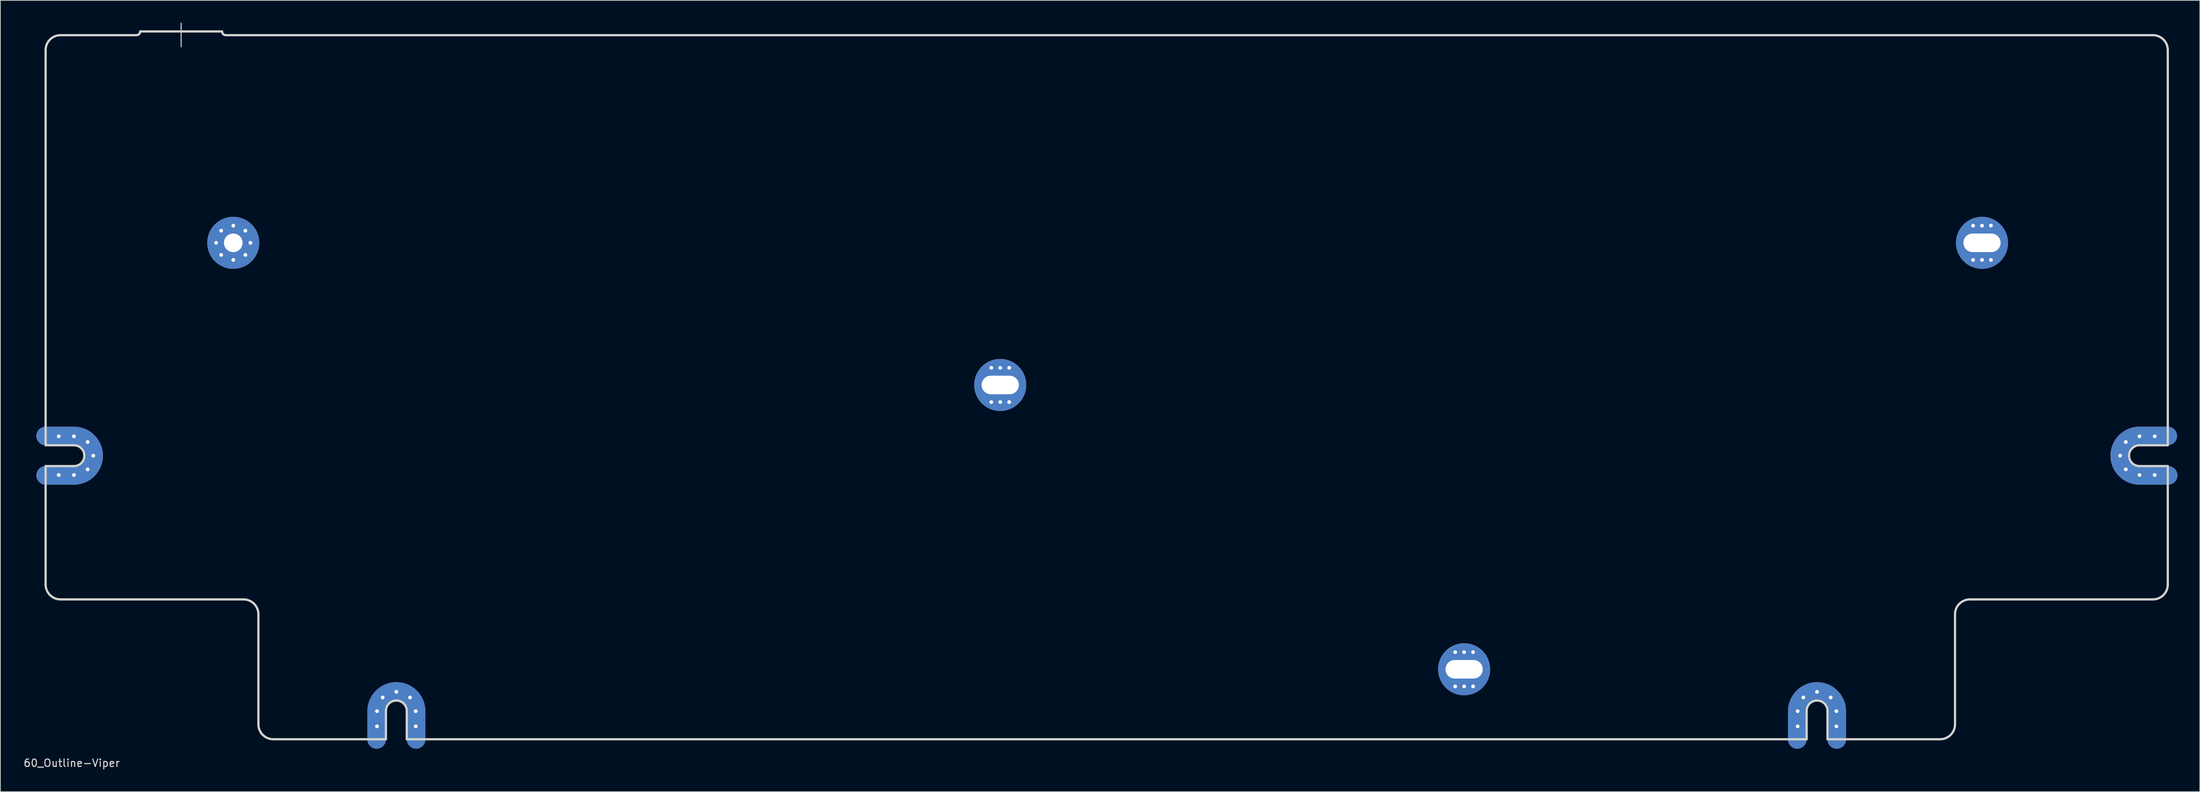
<source format=kicad_pcb>
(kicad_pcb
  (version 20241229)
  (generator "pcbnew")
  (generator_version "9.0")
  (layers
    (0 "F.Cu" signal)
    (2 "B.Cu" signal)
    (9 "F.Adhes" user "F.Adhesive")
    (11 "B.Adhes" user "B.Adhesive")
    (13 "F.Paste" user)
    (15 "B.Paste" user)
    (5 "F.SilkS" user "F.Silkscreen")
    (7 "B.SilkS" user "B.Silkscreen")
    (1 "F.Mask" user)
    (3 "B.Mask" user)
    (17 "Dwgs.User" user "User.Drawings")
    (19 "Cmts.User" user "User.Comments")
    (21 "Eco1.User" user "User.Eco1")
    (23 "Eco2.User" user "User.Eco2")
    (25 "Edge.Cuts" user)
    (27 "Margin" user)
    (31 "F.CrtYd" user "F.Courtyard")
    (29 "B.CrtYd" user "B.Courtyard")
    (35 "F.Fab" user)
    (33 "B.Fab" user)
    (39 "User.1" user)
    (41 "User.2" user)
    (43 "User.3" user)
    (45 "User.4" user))
  (footprint "60_Outline-Viper"
    (layer "F.Cu")
    (at 145.577 48.975)
    (property "Reference" "60_Outline-Viper" (at -139 50.5 0) (layer "Edge.Cuts") (effects (font (size 1 1) (thickness 0.15))))
    (attr through_hole)
    (fp_line (start -142.5 6.549) (end -138.7 6.549) (stroke (width 2.502) (type solid)) (layer "F.Cu"))
    (fp_line (start -142.5 11.851) (end -138.7 11.851) (stroke (width 2.502) (type solid)) (layer "F.Cu"))
    (fp_line (start -98.048 47.326) (end -98.048 43.526) (stroke (width 2.502) (type solid)) (layer "F.Cu"))
    (fp_line (start -92.746 47.326) (end -92.746 43.526) (stroke (width 2.502) (type solid)) (layer "F.Cu"))
    (fp_line (start 92.741 47.329) (end 92.741 43.529) (stroke (width 2.502) (type solid)) (layer "F.Cu"))
    (fp_line (start 98.043 47.329) (end 98.043 43.529) (stroke (width 2.502) (type solid)) (layer "F.Cu"))
    (fp_line (start 138.7 6.549) (end 142.5 6.549) (stroke (width 2.502) (type solid)) (layer "F.Cu"))
    (fp_line (start 138.7 11.851) (end 142.55 11.851) (stroke (width 2.502) (type solid)) (layer "F.Cu"))
    (fp_arc (start -138.7 6.54905) (mid -136.825495 7.325495) (end -136.04905 9.2) (stroke (width 2.5019) (type solid)) (layer "F.Cu"))
    (fp_arc (start -136.04905 9.2) (mid -136.825495 11.074505) (end -138.7 11.85095) (stroke (width 2.5019) (type solid)) (layer "F.Cu"))
    (fp_arc (start -98.04815 43.5262) (mid -97.271705 41.651695) (end -95.3972 40.87525) (stroke (width 2.5019) (type solid)) (layer "F.Cu"))
    (fp_arc (start -95.3972 40.87525) (mid -93.522695 41.651695) (end -92.74625 43.5262) (stroke (width 2.5019) (type solid)) (layer "F.Cu"))
    (fp_arc (start 92.74141 43.52874) (mid 93.517855 41.654235) (end 95.39236 40.87779) (stroke (width 2.5019) (type solid)) (layer "F.Cu"))
    (fp_arc (start 95.39236 40.87779) (mid 97.266865 41.654235) (end 98.04331 43.52874) (stroke (width 2.5019) (type solid)) (layer "F.Cu"))
    (fp_arc (start 136.04905 9.2) (mid 136.825495 7.325495) (end 138.7 6.54905) (stroke (width 2.5019) (type solid)) (layer "F.Cu"))
    (fp_arc (start 138.7 11.85095) (mid 136.825495 11.074505) (end 136.04905 9.2) (stroke (width 2.5019) (type solid)) (layer "F.Cu"))
    (fp_line (start -142.5 6.549) (end -138.7 6.549) (stroke (width 2.502) (type solid)) (layer "F.Mask"))
    (fp_line (start -142.5 11.851) (end -138.7 11.851) (stroke (width 2.502) (type solid)) (layer "F.Mask"))
    (fp_line (start -98.048 47.326) (end -98.048 43.526) (stroke (width 2.502) (type solid)) (layer "F.Mask"))
    (fp_line (start -92.746 47.326) (end -92.746 43.526) (stroke (width 2.502) (type solid)) (layer "F.Mask"))
    (fp_line (start 92.741 47.329) (end 92.741 43.529) (stroke (width 2.502) (type solid)) (layer "F.Mask"))
    (fp_line (start 98.043 47.329) (end 98.043 43.529) (stroke (width 2.502) (type solid)) (layer "F.Mask"))
    (fp_line (start 138.7 6.549) (end 142.5 6.549) (stroke (width 2.502) (type solid)) (layer "F.Mask"))
    (fp_line (start 138.7 11.851) (end 142.55 11.851) (stroke (width 2.502) (type solid)) (layer "F.Mask"))
    (fp_arc (start -138.7 6.54905) (mid -136.825495 7.325495) (end -136.04905 9.2) (stroke (width 2.5019) (type solid)) (layer "F.Mask"))
    (fp_arc (start -136.04905 9.2) (mid -136.825495 11.074505) (end -138.7 11.85095) (stroke (width 2.5019) (type solid)) (layer "F.Mask"))
    (fp_arc (start -98.04815 43.5262) (mid -97.271705 41.651695) (end -95.3972 40.87525) (stroke (width 2.5019) (type solid)) (layer "F.Mask"))
    (fp_arc (start -95.3972 40.87525) (mid -93.522695 41.651695) (end -92.74625 43.5262) (stroke (width 2.5019) (type solid)) (layer "F.Mask"))
    (fp_arc (start 92.74141 43.52874) (mid 93.517855 41.654235) (end 95.39236 40.87779) (stroke (width 2.5019) (type solid)) (layer "F.Mask"))
    (fp_arc (start 95.39236 40.87779) (mid 97.266865 41.654235) (end 98.04331 43.52874) (stroke (width 2.5019) (type solid)) (layer "F.Mask"))
    (fp_arc (start 136.04905 9.2) (mid 136.825495 7.325495) (end 138.7 6.54905) (stroke (width 2.5019) (type solid)) (layer "F.Mask"))
    (fp_arc (start 138.7 11.85095) (mid 136.825495 11.074505) (end 136.04905 9.2) (stroke (width 2.5019) (type solid)) (layer "F.Mask"))
    (fp_line (start -142.5 6.549) (end -138.7 6.549) (stroke (width 2.502) (type solid)) (layer "B.Cu"))
    (fp_line (start -142.5 11.851) (end -138.7 11.851) (stroke (width 2.502) (type solid)) (layer "B.Cu"))
    (fp_line (start -98.048 47.326) (end -98.048 43.526) (stroke (width 2.502) (type solid)) (layer "B.Cu"))
    (fp_line (start -92.746 47.326) (end -92.746 43.526) (stroke (width 2.502) (type solid)) (layer "B.Cu"))
    (fp_line (start 92.741 47.329) (end 92.741 43.529) (stroke (width 2.502) (type solid)) (layer "B.Cu"))
    (fp_line (start 98.043 47.329) (end 98.043 43.529) (stroke (width 2.502) (type solid)) (layer "B.Cu"))
    (fp_line (start 138.7 6.549) (end 142.5 6.549) (stroke (width 2.502) (type solid)) (layer "B.Cu"))
    (fp_line (start 138.7 11.851) (end 142.55 11.851) (stroke (width 2.502) (type solid)) (layer "B.Cu"))
    (fp_arc (start -138.7 6.54905) (mid -136.825495 7.325495) (end -136.04905 9.2) (stroke (width 2.5019) (type solid)) (layer "B.Cu"))
    (fp_arc (start -136.04905 9.2) (mid -136.825495 11.074505) (end -138.7 11.85095) (stroke (width 2.5019) (type solid)) (layer "B.Cu"))
    (fp_arc (start -98.04815 43.5262) (mid -97.271705 41.651695) (end -95.3972 40.87525) (stroke (width 2.5019) (type solid)) (layer "B.Cu"))
    (fp_arc (start -95.3972 40.87525) (mid -93.522695 41.651695) (end -92.74625 43.5262) (stroke (width 2.5019) (type solid)) (layer "B.Cu"))
    (fp_arc (start 92.74141 43.52874) (mid 93.517855 41.654235) (end 95.39236 40.87779) (stroke (width 2.5019) (type solid)) (layer "B.Cu"))
    (fp_arc (start 95.39236 40.87779) (mid 97.266865 41.654235) (end 98.04331 43.52874) (stroke (width 2.5019) (type solid)) (layer "B.Cu"))
    (fp_arc (start 136.04905 9.2) (mid 136.825495 7.325495) (end 138.7 6.54905) (stroke (width 2.5019) (type solid)) (layer "B.Cu"))
    (fp_arc (start 138.7 11.85095) (mid 136.825495 11.074505) (end 136.04905 9.2) (stroke (width 2.5019) (type solid)) (layer "B.Cu"))
    (fp_line (start -142.5 6.549) (end -138.7 6.549) (stroke (width 2.502) (type solid)) (layer "B.Mask"))
    (fp_line (start -142.5 11.851) (end -138.7 11.851) (stroke (width 2.502) (type solid)) (layer "B.Mask"))
    (fp_line (start -98.048 47.326) (end -98.048 43.526) (stroke (width 2.502) (type solid)) (layer "B.Mask"))
    (fp_line (start -92.746 47.326) (end -92.746 43.526) (stroke (width 2.502) (type solid)) (layer "B.Mask"))
    (fp_line (start 92.741 47.329) (end 92.741 43.529) (stroke (width 2.502) (type solid)) (layer "B.Mask"))
    (fp_line (start 98.043 47.329) (end 98.043 43.529) (stroke (width 2.502) (type solid)) (layer "B.Mask"))
    (fp_line (start 138.7 6.549) (end 142.5 6.549) (stroke (width 2.502) (type solid)) (layer "B.Mask"))
    (fp_line (start 138.7 11.851) (end 142.55 11.851) (stroke (width 2.502) (type solid)) (layer "B.Mask"))
    (fp_arc (start -138.7 6.54905) (mid -136.825495 7.325495) (end -136.04905 9.2) (stroke (width 2.5019) (type solid)) (layer "B.Mask"))
    (fp_arc (start -136.04905 9.2) (mid -136.825495 11.074505) (end -138.7 11.85095) (stroke (width 2.5019) (type solid)) (layer "B.Mask"))
    (fp_arc (start -98.04815 43.5262) (mid -97.271705 41.651695) (end -95.3972 40.87525) (stroke (width 2.5019) (type solid)) (layer "B.Mask"))
    (fp_arc (start -95.3972 40.87525) (mid -93.522695 41.651695) (end -92.74625 43.5262) (stroke (width 2.5019) (type solid)) (layer "B.Mask"))
    (fp_arc (start 92.74141 43.52874) (mid 93.517855 41.654235) (end 95.39236 40.87779) (stroke (width 2.5019) (type solid)) (layer "B.Mask"))
    (fp_arc (start 95.39236 40.87779) (mid 97.266865 41.654235) (end 98.04331 43.52874) (stroke (width 2.5019) (type solid)) (layer "B.Mask"))
    (fp_arc (start 136.04905 9.2) (mid 136.825495 7.325495) (end 138.7 6.54905) (stroke (width 2.5019) (type solid)) (layer "B.Mask"))
    (fp_arc (start 138.7 11.85095) (mid 136.825495 11.074505) (end 136.04905 9.2) (stroke (width 2.5019) (type solid)) (layer "B.Mask"))
    (fp_line (start -124.3 -48.9) (end -124.3 -45.75) (stroke (width 0.15) (type solid)) (layer "Dwgs.User"))
    (fp_line (start -142.5 7.8) (end -142.5 -45.3) (stroke (width 0.3) (type solid)) (layer "Edge.Cuts"))
    (fp_line (start -142.5 10.6) (end -138.7 10.6) (stroke (width 0.3) (type solid)) (layer "Edge.Cuts"))
    (fp_line (start -142.5 26.512) (end -142.5 10.6) (stroke (width 0.3) (type solid)) (layer "Edge.Cuts"))
    (fp_line (start -140.5 -47.3) (end -130.3 -47.3) (stroke (width 0.3) (type solid)) (layer "Edge.Cuts"))
    (fp_line (start -138.7 7.8) (end -142.5 7.8) (stroke (width 0.3) (type solid)) (layer "Edge.Cuts"))
    (fp_line (start -129.8 -47.8) (end -118.8 -47.8) (stroke (width 0.3) (type solid)) (layer "Edge.Cuts"))
    (fp_line (start -115.925 28.512) (end -140.5 28.512) (stroke (width 0.3) (type solid)) (layer "Edge.Cuts"))
    (fp_line (start -113.925 45.3) (end -113.925 30.512) (stroke (width 0.3) (type solid)) (layer "Edge.Cuts"))
    (fp_line (start -111.925 47.3) (end -96.799 47.3) (stroke (width 0.3) (type solid)) (layer "Edge.Cuts"))
    (fp_line (start -96.799 43.5) (end -96.799 47.3) (stroke (width 0.3) (type solid)) (layer "Edge.Cuts"))
    (fp_line (start -93.999 43.5) (end -93.999 47.3) (stroke (width 0.3) (type solid)) (layer "Edge.Cuts"))
    (fp_line (start -93.999 47.3) (end 93.999 47.3) (stroke (width 0.3) (type solid)) (layer "Edge.Cuts"))
    (fp_line (start 93.999 43.5) (end 93.999 47.3) (stroke (width 0.3) (type solid)) (layer "Edge.Cuts"))
    (fp_line (start 96.799 43.5) (end 96.799 47.3) (stroke (width 0.3) (type solid)) (layer "Edge.Cuts"))
    (fp_line (start 96.799 47.3) (end 111.925 47.3) (stroke (width 0.3) (type solid)) (layer "Edge.Cuts"))
    (fp_line (start 113.925 45.3) (end 113.925 30.512) (stroke (width 0.3) (type solid)) (layer "Edge.Cuts"))
    (fp_line (start 115.925 28.512) (end 140.5 28.512) (stroke (width 0.3) (type solid)) (layer "Edge.Cuts"))
    (fp_line (start 138.7 7.8) (end 142.5 7.8) (stroke (width 0.3) (type solid)) (layer "Edge.Cuts"))
    (fp_line (start 138.7 10.6) (end 142.5 10.6) (stroke (width 0.3) (type solid)) (layer "Edge.Cuts"))
    (fp_line (start 140.5 -47.3) (end -118.3 -47.3) (stroke (width 0.3) (type solid)) (layer "Edge.Cuts"))
    (fp_line (start 142.5 7.8) (end 142.5 -45.3) (stroke (width 0.3) (type solid)) (layer "Edge.Cuts"))
    (fp_line (start 142.5 10.6) (end 142.5 26.512) (stroke (width 0.3) (type solid)) (layer "Edge.Cuts"))
    (fp_arc (start -142.5 -45.3) (mid -141.914214 -46.714214) (end -140.5 -47.3) (stroke (width 0.3) (type solid)) (layer "Edge.Cuts"))
    (fp_arc (start -140.5 28.5115) (mid -141.914214 27.925714) (end -142.5 26.5115) (stroke (width 0.3) (type solid)) (layer "Edge.Cuts"))
    (fp_arc (start -138.7 7.8) (mid -137.710051 8.210051) (end -137.3 9.2) (stroke (width 0.3) (type solid)) (layer "Edge.Cuts"))
    (fp_arc (start -137.3 9.2) (mid -137.710051 10.189949) (end -138.7 10.6) (stroke (width 0.3) (type solid)) (layer "Edge.Cuts"))
    (fp_arc (start -129.8 -47.8) (mid -129.946447 -47.446447) (end -130.3 -47.3) (stroke (width 0.3) (type solid)) (layer "Edge.Cuts"))
    (fp_arc (start -118.3 -47.3) (mid -118.653553 -47.446447) (end -118.8 -47.8) (stroke (width 0.3) (type solid)) (layer "Edge.Cuts"))
    (fp_arc (start -115.925 28.5115) (mid -114.510786 29.097286) (end -113.925 30.5115) (stroke (width 0.3) (type solid)) (layer "Edge.Cuts"))
    (fp_arc (start -111.925 47.3) (mid -113.339214 46.714214) (end -113.925 45.3) (stroke (width 0.3) (type solid)) (layer "Edge.Cuts"))
    (fp_arc (start -96.799 43.5) (mid -96.388949 42.510051) (end -95.399 42.1) (stroke (width 0.3) (type solid)) (layer "Edge.Cuts"))
    (fp_arc (start -95.399 42.1) (mid -94.409051 42.510051) (end -93.999 43.5) (stroke (width 0.3) (type solid)) (layer "Edge.Cuts"))
    (fp_arc (start 93.99814 43.4995) (mid 94.408191 42.509551) (end 95.39814 42.0995) (stroke (width 0.3) (type solid)) (layer "Edge.Cuts"))
    (fp_arc (start 95.399 42.1) (mid 96.388949 42.510051) (end 96.799 43.5) (stroke (width 0.3) (type solid)) (layer "Edge.Cuts"))
    (fp_arc (start 113.925 30.5115) (mid 114.510786 29.097286) (end 115.925 28.5115) (stroke (width 0.3) (type solid)) (layer "Edge.Cuts"))
    (fp_arc (start 113.925 45.3) (mid 113.339214 46.714214) (end 111.925 47.3) (stroke (width 0.3) (type solid)) (layer "Edge.Cuts"))
    (fp_arc (start 137.3 9.2) (mid 137.710051 8.210051) (end 138.7 7.8) (stroke (width 0.3) (type solid)) (layer "Edge.Cuts"))
    (fp_arc (start 138.7 10.6) (mid 137.710051 10.189949) (end 137.3 9.2) (stroke (width 0.3) (type solid)) (layer "Edge.Cuts"))
    (fp_arc (start 140.5 -47.3) (mid 141.914214 -46.714214) (end 142.5 -45.3) (stroke (width 0.3) (type solid)) (layer "Edge.Cuts"))
    (fp_arc (start 142.5 26.5115) (mid 141.914214 27.925714) (end 140.5 28.5115) (stroke (width 0.3) (type solid)) (layer "Edge.Cuts"))
    (pad "1" thru_hole circle (at -140.742 6.6) (size 1 1) (drill 0.5) (layers "*.Cu" "*.Mask"))
    (pad "1" thru_hole circle (at -140.742 11.8) (size 1 1) (drill 0.5) (layers "*.Cu" "*.Mask"))
    (pad "1" thru_hole circle (at -138.7 6.6) (size 1 1) (drill 0.5) (layers "*.Cu" "*.Mask"))
    (pad "1" thru_hole circle (at -138.7 11.8) (size 1 1) (drill 0.5) (layers "*.Cu" "*.Mask"))
    (pad "1" thru_hole circle (at -136.862 7.362) (size 1 1) (drill 0.5) (layers "*.Cu" "*.Mask"))
    (pad "1" thru_hole circle (at -136.862 11.038) (size 1 1) (drill 0.5) (layers "*.Cu" "*.Mask"))
    (pad "1" thru_hole circle (at -136.1 9.2) (size 1 1) (drill 0.5) (layers "*.Cu" "*.Mask"))
    (pad "1" thru_hole circle (at -119.6 -19.4) (size 1 1) (drill 0.5) (layers "*.Cu" "*.Mask"))
    (pad "1" thru_hole circle (at -118.926 -21.026) (size 1 1) (drill 0.5) (layers "*.Cu" "*.Mask"))
    (pad "1" thru_hole circle (at -118.926 -17.774) (size 1 1) (drill 0.5) (layers "*.Cu" "*.Mask"))
    (pad "1" thru_hole circle (at -117.3 -21.7) (size 1 1) (drill 0.5) (layers "*.Cu" "*.Mask"))
    (pad "1" thru_hole circle (at -117.3 -19.4) (size 7.001 7.001) (drill 2.499) (layers "*.Cu" "*.Mask"))
    (pad "1" thru_hole circle (at -117.3 -17.1) (size 1 1) (drill 0.5) (layers "*.Cu" "*.Mask"))
    (pad "1" thru_hole circle (at -115.674 -21.026) (size 1 1) (drill 0.5) (layers "*.Cu" "*.Mask"))
    (pad "1" thru_hole circle (at -115.674 -17.774) (size 1 1) (drill 0.5) (layers "*.Cu" "*.Mask"))
    (pad "1" thru_hole circle (at -115 -19.4) (size 1 1) (drill 0.5) (layers "*.Cu" "*.Mask"))
    (pad "1" thru_hole circle (at -97.997 43.526 90) (size 1 1) (drill 0.5) (layers "*.Cu" "*.Mask"))
    (pad "1" thru_hole circle (at -97.997 45.568 90) (size 1 1) (drill 0.5) (layers "*.Cu" "*.Mask"))
    (pad "1" thru_hole circle (at -97.236 41.688 90) (size 1 1) (drill 0.5) (layers "*.Cu" "*.Mask"))
    (pad "1" thru_hole circle (at -95.397 40.926 90) (size 1 1) (drill 0.5) (layers "*.Cu" "*.Mask"))
    (pad "1" thru_hole circle (at -93.559 41.688 90) (size 1 1) (drill 0.5) (layers "*.Cu" "*.Mask"))
    (pad "1" thru_hole circle (at -92.797 43.526 90) (size 1 1) (drill 0.5) (layers "*.Cu" "*.Mask"))
    (pad "1" thru_hole circle (at -92.797 45.568 90) (size 1 1) (drill 0.5) (layers "*.Cu" "*.Mask"))
    (pad "1" thru_hole circle (at -15.5 -2.6) (size 1 1) (drill 0.5) (layers "*.Cu" "*.Mask"))
    (pad "1" thru_hole circle (at -15.5 2) (size 1 1) (drill 0.5) (layers "*.Cu" "*.Mask"))
    (pad "1" thru_hole circle (at -14.3 -2.6) (size 1 1) (drill 0.5) (layers "*.Cu" "*.Mask"))
    (pad "1" thru_hole circle (at -14.3 -0.3) (size 7 7) (drill oval 5.001 2.499) (layers "*.Cu" "*.Mask"))
    (pad "1" thru_hole circle (at -14.3 2) (size 1 1) (drill 0.5) (layers "*.Cu" "*.Mask"))
    (pad "1" thru_hole circle (at -13.1 -2.6) (size 1 1) (drill 0.5) (layers "*.Cu" "*.Mask"))
    (pad "1" thru_hole circle (at -13.1 2) (size 1 1) (drill 0.5) (layers "*.Cu" "*.Mask"))
    (pad "1" thru_hole circle (at 46.8 35.6) (size 1 1) (drill 0.5) (layers "*.Cu" "*.Mask"))
    (pad "1" thru_hole circle (at 46.8 40.2) (size 1 1) (drill 0.5) (layers "*.Cu" "*.Mask"))
    (pad "1" thru_hole circle (at 48 35.6) (size 1 1) (drill 0.5) (layers "*.Cu" "*.Mask"))
    (pad "1" thru_hole circle (at 48 37.9) (size 7 7) (drill oval 5.001 2.499) (layers "*.Cu" "*.Mask"))
    (pad "1" thru_hole circle (at 48 40.2) (size 1 1) (drill 0.5) (layers "*.Cu" "*.Mask"))
    (pad "1" thru_hole circle (at 49.2 35.6) (size 1 1) (drill 0.5) (layers "*.Cu" "*.Mask"))
    (pad "1" thru_hole circle (at 49.2 40.2) (size 1 1) (drill 0.5) (layers "*.Cu" "*.Mask"))
    (pad "1" thru_hole circle (at 92.792 43.529 90) (size 1 1) (drill 0.5) (layers "*.Cu" "*.Mask"))
    (pad "1" thru_hole circle (at 92.792 45.571 90) (size 1 1) (drill 0.5) (layers "*.Cu" "*.Mask"))
    (pad "1" thru_hole circle (at 93.554 41.69 90) (size 1 1) (drill 0.5) (layers "*.Cu" "*.Mask"))
    (pad "1" thru_hole circle (at 95.392 40.929 90) (size 1 1) (drill 0.5) (layers "*.Cu" "*.Mask"))
    (pad "1" thru_hole circle (at 97.231 41.69 90) (size 1 1) (drill 0.5) (layers "*.Cu" "*.Mask"))
    (pad "1" thru_hole circle (at 97.992 43.529 90) (size 1 1) (drill 0.5) (layers "*.Cu" "*.Mask"))
    (pad "1" thru_hole circle (at 97.992 45.571 90) (size 1 1) (drill 0.5) (layers "*.Cu" "*.Mask"))
    (pad "1" thru_hole circle (at 116.35 -21.7) (size 1 1) (drill 0.5) (layers "*.Cu" "*.Mask"))
    (pad "1" thru_hole circle (at 116.35 -17.1) (size 1 1) (drill 0.5) (layers "*.Cu" "*.Mask"))
    (pad "1" thru_hole circle (at 117.55 -21.7) (size 1 1) (drill 0.5) (layers "*.Cu" "*.Mask"))
    (pad "1" thru_hole circle (at 117.55 -19.4) (size 7 7) (drill oval 5.001 2.499) (layers "*.Cu" "*.Mask"))
    (pad "1" thru_hole circle (at 117.55 -17.1) (size 1 1) (drill 0.5) (layers "*.Cu" "*.Mask"))
    (pad "1" thru_hole circle (at 118.75 -21.717) (size 1 1) (drill 0.5) (layers "*.Cu" "*.Mask"))
    (pad "1" thru_hole circle (at 118.75 -17.1) (size 1 1) (drill 0.5) (layers "*.Cu" "*.Mask"))
    (pad "1" thru_hole circle (at 136.1 9.2) (size 1 1) (drill 0.5) (layers "*.Cu" "*.Mask"))
    (pad "1" thru_hole circle (at 136.862 7.362) (size 1 1) (drill 0.5) (layers "*.Cu" "*.Mask"))
    (pad "1" thru_hole circle (at 136.862 11.038) (size 1 1) (drill 0.5) (layers "*.Cu" "*.Mask"))
    (pad "1" thru_hole circle (at 138.7 6.6) (size 1 1) (drill 0.5) (layers "*.Cu" "*.Mask"))
    (pad "1" thru_hole circle (at 138.7 11.8) (size 1 1) (drill 0.5) (layers "*.Cu" "*.Mask"))
    (pad "1" thru_hole circle (at 140.742 6.6) (size 1 1) (drill 0.5) (layers "*.Cu" "*.Mask"))
    (pad "1" thru_hole circle (at 140.742 11.8) (size 1 1) (drill 0.5) (layers "*.Cu" "*.Mask")))
  (gr_rect
    (start -3 -3)
    (end 292.378 103.323)
    (stroke (width 0.1) (type default))
    (fill no)
    (layer "Edge.Cuts")))
</source>
